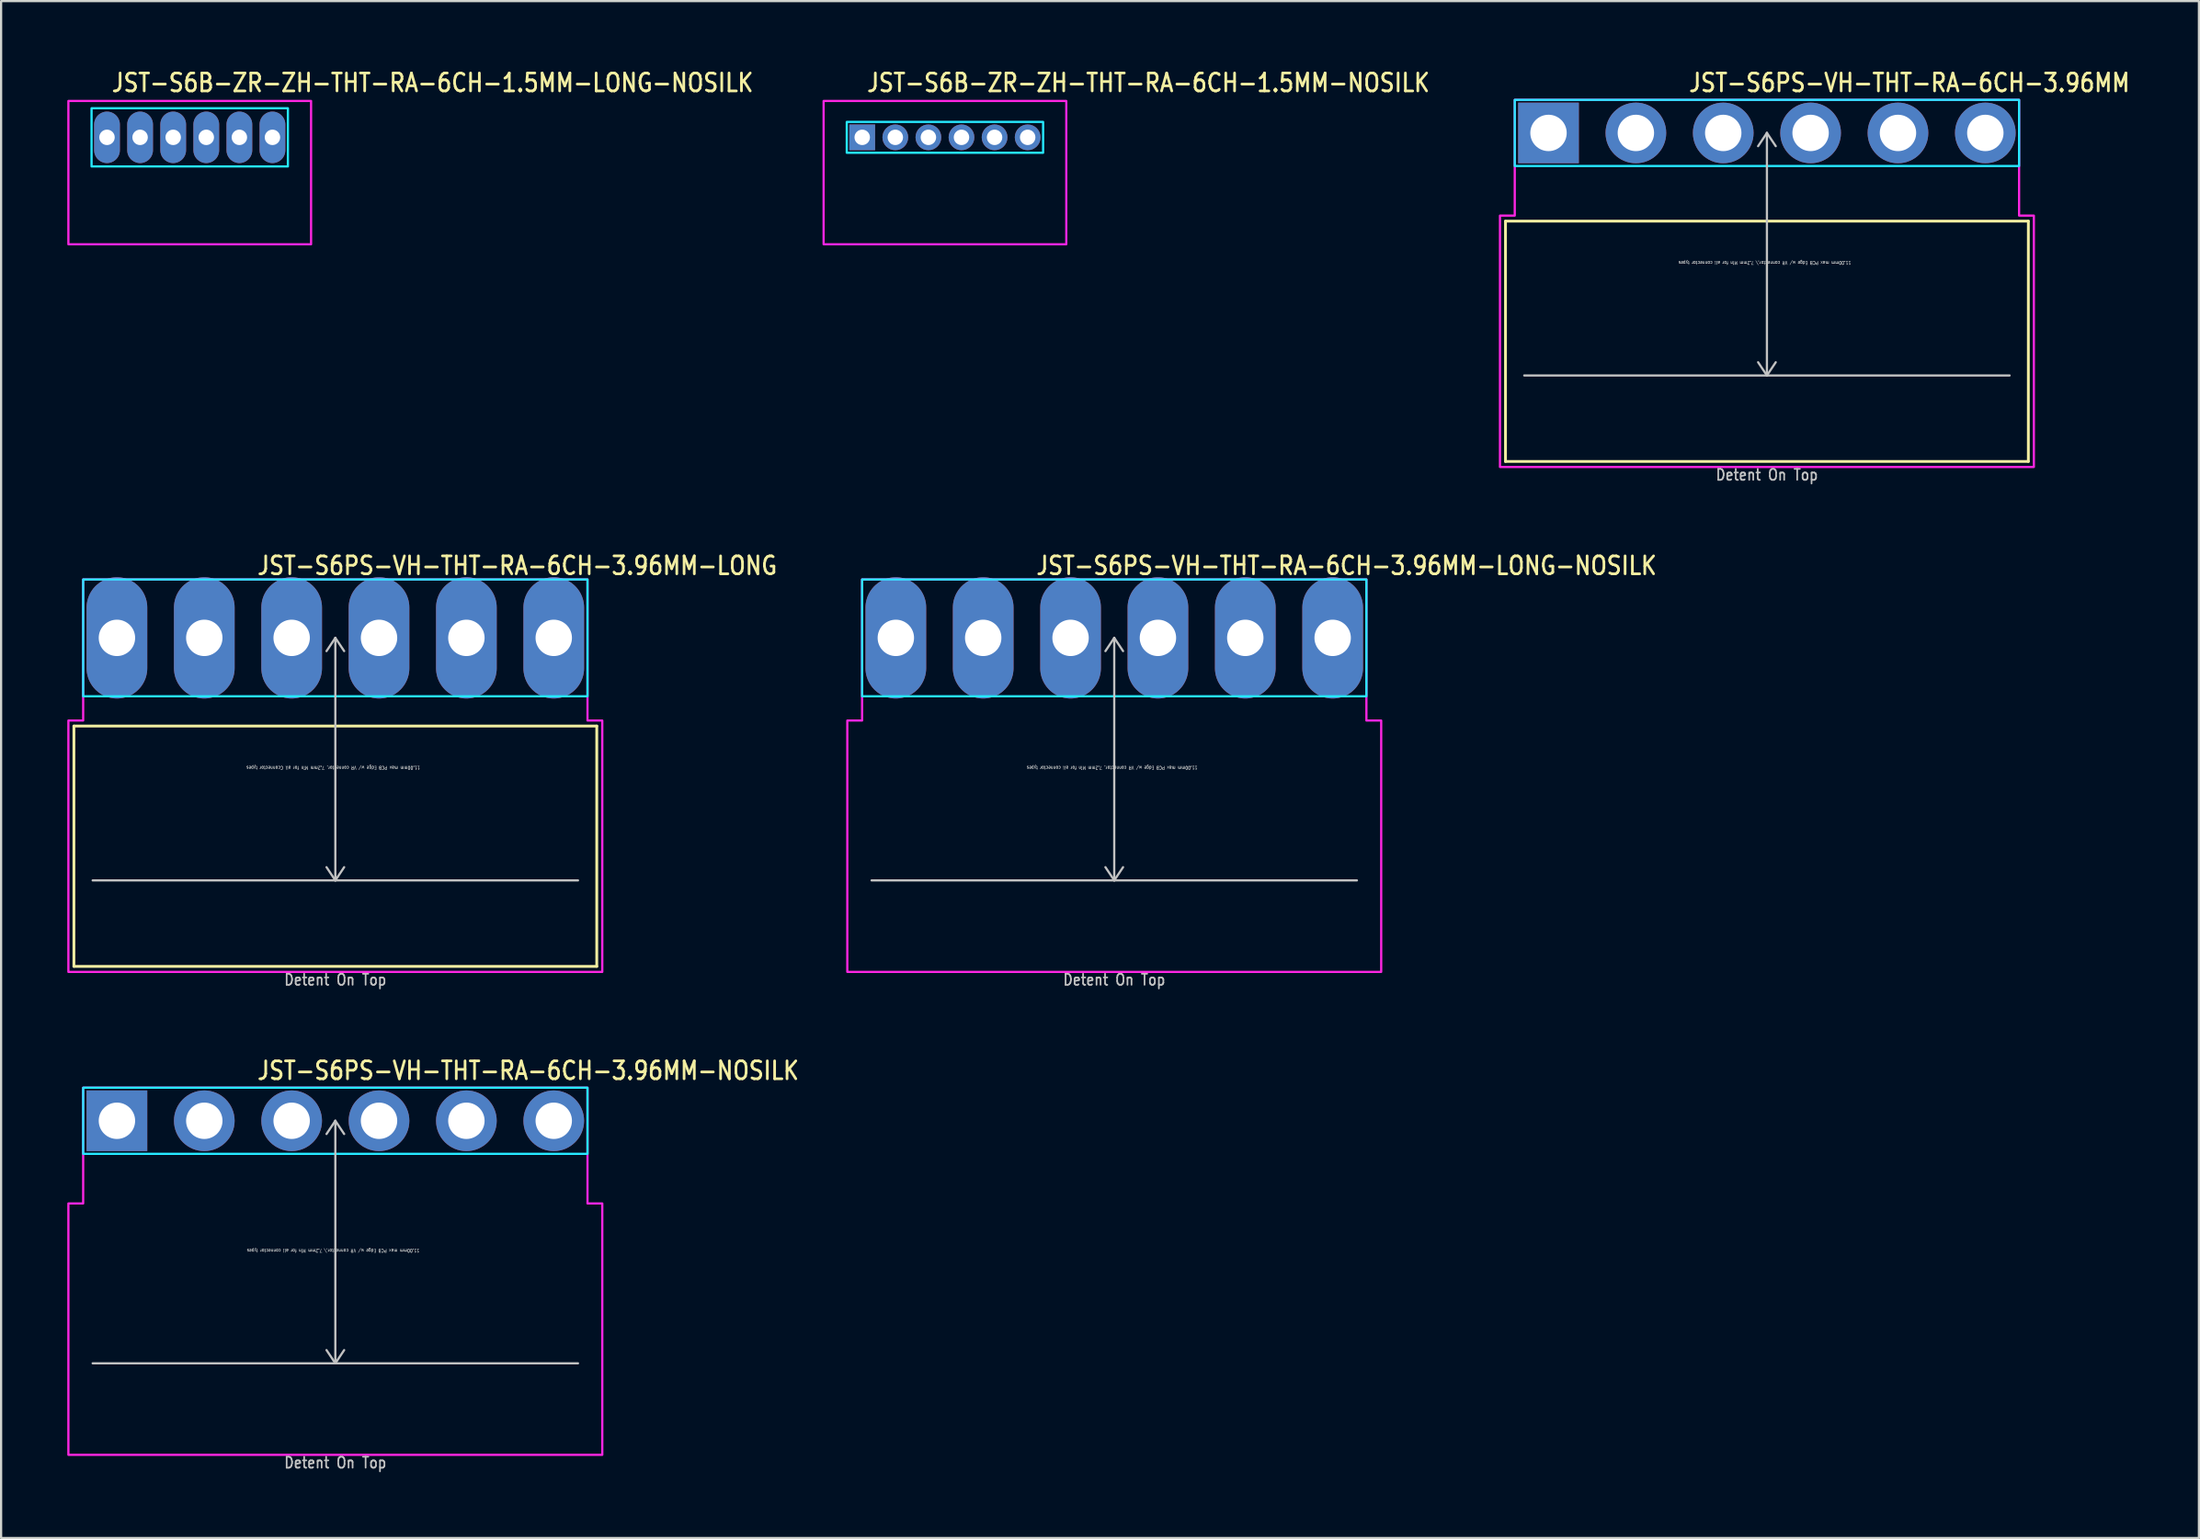
<source format=kicad_pcb>
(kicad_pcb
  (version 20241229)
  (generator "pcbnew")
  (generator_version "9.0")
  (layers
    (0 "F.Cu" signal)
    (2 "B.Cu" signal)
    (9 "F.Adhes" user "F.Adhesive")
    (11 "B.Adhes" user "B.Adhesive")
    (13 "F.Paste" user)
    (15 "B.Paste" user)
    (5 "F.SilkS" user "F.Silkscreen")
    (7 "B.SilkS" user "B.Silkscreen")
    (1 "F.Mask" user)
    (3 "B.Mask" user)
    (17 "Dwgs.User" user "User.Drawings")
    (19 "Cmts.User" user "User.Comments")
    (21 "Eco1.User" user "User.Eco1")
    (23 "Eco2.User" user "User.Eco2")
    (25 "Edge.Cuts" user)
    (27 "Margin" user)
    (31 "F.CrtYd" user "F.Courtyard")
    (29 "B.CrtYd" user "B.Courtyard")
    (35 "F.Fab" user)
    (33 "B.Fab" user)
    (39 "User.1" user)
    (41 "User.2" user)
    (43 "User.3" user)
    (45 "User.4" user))
  (footprint "JST-S6PS-VH-THT-RA-6CH-3.96MM-NOSILK"
    (layer "F.Cu")
    (at 12.15 47.782)
    (property "Reference" "JST-S6PS-VH-THT-RA-6CH-3.96MM-NOSILK" (at -3.6 -1.8 0) (unlocked yes) (layer "F.SilkS") (effects (font (size 0.813 0.695) (thickness 0.122)) (justify left bottom)))
    (fp_line (start -11 11) (end 11 11) (stroke (width 0.1) (type solid)) (layer "Dwgs.User"))
    (fp_line (start 0 0) (end -0.4 0.6) (stroke (width 0.1) (type solid)) (layer "Dwgs.User"))
    (fp_line (start 0 0) (end 0 11) (stroke (width 0.1) (type solid)) (layer "Dwgs.User"))
    (fp_line (start 0 0) (end 0.4 0.6) (stroke (width 0.1) (type solid)) (layer "Dwgs.User"))
    (fp_line (start 0 11) (end -0.4 10.4) (stroke (width 0.1) (type solid)) (layer "Dwgs.User"))
    (fp_line (start 0 11) (end 0.4 10.4) (stroke (width 0.1) (type solid)) (layer "Dwgs.User"))
    (fp_poly (pts (xy -11.43 -1.5) (xy -11.43 1.5) (xy 11.43 1.5) (xy 11.43 -1.5)) (stroke (width 0.1) (type solid)) (fill no) (layer "B.CrtYd"))
    (fp_poly (pts (xy -12.1 3.75) (xy -12.1 15.15) (xy 12.1 15.15) (xy 12.1 3.75) (xy 11.43 3.75) (xy 11.43 -1.5) (xy -11.43 -1.5) (xy -11.43 3.75)) (stroke (width 0.1) (type solid)) (fill no) (layer "F.CrtYd"))
    (fp_text user "Detent On Top" (at 0 15.8 0) (unlocked yes) (layer "Dwgs.User") (effects (font (size 0.5 0.427) (thickness 0.075)) (justify bottom)))
    (fp_text user "11.00mm max PCB Edge w/ VR connector,\\ 7.2mm Min for all connector types" (at -0.1 5.8 180) (unlocked yes) (layer "Dwgs.User") (effects (font (size 0.15 0.128) (thickness 0.022)) (justify bottom)))
    (pad "1" thru_hole rect (at -9.9 0) (size 2.75 2.75) (drill 1.65) (layers "*.Cu" "*.Mask"))
    (pad "2" thru_hole oval (at -5.94 0) (size 2.75 2.75) (drill 1.65) (layers "*.Cu" "*.Mask"))
    (pad "3" thru_hole oval (at -1.98 0) (size 2.75 2.75) (drill 1.65) (layers "*.Cu" "*.Mask"))
    (pad "4" thru_hole oval (at 1.98 0) (size 2.75 2.75) (drill 1.65) (layers "*.Cu" "*.Mask"))
    (pad "5" thru_hole oval (at 5.94 0) (size 2.75 2.75) (drill 1.65) (layers "*.Cu" "*.Mask"))
    (pad "6" thru_hole oval (at 9.9 0) (size 2.75 2.75) (drill 1.65) (layers "*.Cu" "*.Mask")))
  (footprint "JST-S6PS-VH-THT-RA-6CH-3.96MM-LONG"
    (layer "F.Cu")
    (at 12.15 25.88)
    (property "Reference" "JST-S6PS-VH-THT-RA-6CH-3.96MM-LONG" (at -3.6 -2.8 0) (unlocked yes) (layer "F.SilkS") (effects (font (size 0.813 0.695) (thickness 0.122)) (justify left bottom)))
    (fp_line (start -11.85 4) (end 11.85 4) (stroke (width 0.127) (type solid)) (layer "F.SilkS"))
    (fp_line (start -11.85 14.9) (end -11.85 4) (stroke (width 0.127) (type solid)) (layer "F.SilkS"))
    (fp_line (start -11.85 14.9) (end 11.85 14.9) (stroke (width 0.127) (type solid)) (layer "F.SilkS"))
    (fp_line (start 11.85 4) (end 11.85 14.9) (stroke (width 0.127) (type solid)) (layer "F.SilkS"))
    (fp_line (start -11 11) (end 11 11) (stroke (width 0.1) (type solid)) (layer "Dwgs.User"))
    (fp_line (start 0 0) (end -0.4 0.6) (stroke (width 0.1) (type solid)) (layer "Dwgs.User"))
    (fp_line (start 0 0) (end 0 11) (stroke (width 0.1) (type solid)) (layer "Dwgs.User"))
    (fp_line (start 0 0) (end 0.4 0.6) (stroke (width 0.1) (type solid)) (layer "Dwgs.User"))
    (fp_line (start 0 11) (end -0.4 10.4) (stroke (width 0.1) (type solid)) (layer "Dwgs.User"))
    (fp_line (start 0 11) (end 0.4 10.4) (stroke (width 0.1) (type solid)) (layer "Dwgs.User"))
    (fp_poly (pts (xy -11.43 -2.65) (xy -11.43 2.65) (xy 11.43 2.65) (xy 11.43 -2.65)) (stroke (width 0.1) (type solid)) (fill no) (layer "B.CrtYd"))
    (fp_poly (pts (xy -12.1 3.75) (xy -12.1 15.15) (xy 12.1 15.15) (xy 12.1 3.75) (xy 11.43 3.75) (xy 11.43 -2.65) (xy -11.43 -2.65) (xy -11.43 3.75)) (stroke (width 0.1) (type solid)) (fill no) (layer "F.CrtYd"))
    (fp_text user "Detent On Top" (at 0 15.8 0) (unlocked yes) (layer "Dwgs.User") (effects (font (size 0.5 0.427) (thickness 0.075)) (justify bottom)))
    (fp_text user "11.00mm max PCB Edge w/ VR connector, 7.2mm Min for all Cconnector types" (at -0.1 5.8 180) (unlocked yes) (layer "Dwgs.User") (effects (font (size 0.15 0.128) (thickness 0.022)) (justify bottom)))
    (pad "1" thru_hole oval (at -9.9 0 90) (size 5.5 2.75) (drill 1.65) (layers "*.Cu" "*.Mask"))
    (pad "2" thru_hole oval (at -5.94 0 90) (size 5.5 2.75) (drill 1.65) (layers "*.Cu" "*.Mask"))
    (pad "3" thru_hole oval (at -1.98 0 90) (size 5.5 2.75) (drill 1.65) (layers "*.Cu" "*.Mask"))
    (pad "4" thru_hole oval (at 1.98 0 90) (size 5.5 2.75) (drill 1.65) (layers "*.Cu" "*.Mask"))
    (pad "5" thru_hole oval (at 5.94 0 90) (size 5.5 2.75) (drill 1.65) (layers "*.Cu" "*.Mask"))
    (pad "6" thru_hole oval (at 9.9 0 90) (size 5.5 2.75) (drill 1.65) (layers "*.Cu" "*.Mask")))
  (footprint "JST-S6B-ZR-ZH-THT-RA-6CH-1.5MM-NOSILK"
    (layer "F.Cu")
    (at 39.782 3.179)
    (property "Reference" "JST-S6B-ZR-ZH-THT-RA-6CH-1.5MM-NOSILK" (at -3.6 -2 0) (unlocked yes) (layer "F.SilkS") (effects (font (size 0.813 0.695) (thickness 0.122)) (justify left bottom)))
    (fp_poly (pts (xy -4.45 -0.7) (xy -4.45 0.7) (xy 4.45 0.7) (xy 4.45 -0.7)) (stroke (width 0.1) (type solid)) (fill no) (layer "B.CrtYd"))
    (fp_poly (pts (xy -5.5 -1.65) (xy -5.5 4.85) (xy 5.5 4.85) (xy 5.5 -1.65)) (stroke (width 0.1) (type solid)) (fill no) (layer "F.CrtYd"))
    (pad "1" thru_hole rect (at -3.75 0) (size 1.167 1.167) (drill 0.7) (layers "*.Cu" "*.Mask"))
    (pad "2" thru_hole oval (at -2.25 0) (size 1.167 1.167) (drill 0.7) (layers "*.Cu" "*.Mask"))
    (pad "3" thru_hole oval (at -0.75 0) (size 1.167 1.167) (drill 0.7) (layers "*.Cu" "*.Mask"))
    (pad "4" thru_hole oval (at 0.75 0) (size 1.167 1.167) (drill 0.7) (layers "*.Cu" "*.Mask"))
    (pad "5" thru_hole oval (at 2.25 0) (size 1.167 1.167) (drill 0.7) (layers "*.Cu" "*.Mask"))
    (pad "6" thru_hole oval (at 3.75 0) (size 1.167 1.167) (drill 0.7) (layers "*.Cu" "*.Mask")))
  (footprint "JST-S6B-ZR-ZH-THT-RA-6CH-1.5MM-LONG-NOSILK"
    (layer "F.Cu")
    (at 5.55 3.179)
    (property "Reference" "JST-S6B-ZR-ZH-THT-RA-6CH-1.5MM-LONG-NOSILK" (at -3.6 -2 0) (unlocked yes) (layer "F.SilkS") (effects (font (size 0.813 0.695) (thickness 0.122)) (justify left bottom)))
    (fp_poly (pts (xy -4.45 -1.32) (xy -4.45 1.32) (xy 4.45 1.32) (xy 4.45 -1.32)) (stroke (width 0.1) (type solid)) (fill no) (layer "B.CrtYd"))
    (fp_poly (pts (xy -5.5 -1.65) (xy -5.5 4.85) (xy 5.5 4.85) (xy 5.5 -1.65)) (stroke (width 0.1) (type solid)) (fill no) (layer "F.CrtYd"))
    (pad "1" thru_hole oval (at -3.75 0 90) (size 2.333 1.167) (drill 0.7) (layers "*.Cu" "*.Mask"))
    (pad "2" thru_hole oval (at -2.25 0 90) (size 2.333 1.167) (drill 0.7) (layers "*.Cu" "*.Mask"))
    (pad "3" thru_hole oval (at -0.75 0 90) (size 2.333 1.167) (drill 0.7) (layers "*.Cu" "*.Mask"))
    (pad "4" thru_hole oval (at 0.75 0 90) (size 2.333 1.167) (drill 0.7) (layers "*.Cu" "*.Mask"))
    (pad "5" thru_hole oval (at 2.25 0 90) (size 2.333 1.167) (drill 0.7) (layers "*.Cu" "*.Mask"))
    (pad "6" thru_hole oval (at 3.75 0 90) (size 2.333 1.167) (drill 0.7) (layers "*.Cu" "*.Mask")))
  (footprint "JST-S6PS-VH-THT-RA-6CH-3.96MM-LONG-NOSILK"
    (layer "F.Cu")
    (at 47.456 25.88)
    (property "Reference" "JST-S6PS-VH-THT-RA-6CH-3.96MM-LONG-NOSILK" (at -3.6 -2.8 0) (unlocked yes) (layer "F.SilkS") (effects (font (size 0.813 0.695) (thickness 0.122)) (justify left bottom)))
    (fp_line (start -11 11) (end 11 11) (stroke (width 0.1) (type solid)) (layer "Dwgs.User"))
    (fp_line (start 0 0) (end -0.4 0.6) (stroke (width 0.1) (type solid)) (layer "Dwgs.User"))
    (fp_line (start 0 0) (end 0 11) (stroke (width 0.1) (type solid)) (layer "Dwgs.User"))
    (fp_line (start 0 0) (end 0.4 0.6) (stroke (width 0.1) (type solid)) (layer "Dwgs.User"))
    (fp_line (start 0 11) (end -0.4 10.4) (stroke (width 0.1) (type solid)) (layer "Dwgs.User"))
    (fp_line (start 0 11) (end 0.4 10.4) (stroke (width 0.1) (type solid)) (layer "Dwgs.User"))
    (fp_poly (pts (xy -11.43 -2.65) (xy -11.43 2.65) (xy 11.43 2.65) (xy 11.43 -2.65)) (stroke (width 0.1) (type solid)) (fill no) (layer "B.CrtYd"))
    (fp_poly (pts (xy -12.1 3.75) (xy -12.1 15.15) (xy 12.1 15.15) (xy 12.1 3.75) (xy 11.43 3.75) (xy 11.43 -2.65) (xy -11.43 -2.65) (xy -11.43 3.75)) (stroke (width 0.1) (type solid)) (fill no) (layer "F.CrtYd"))
    (fp_text user "Detent On Top" (at 0 15.8 0) (unlocked yes) (layer "Dwgs.User") (effects (font (size 0.5 0.427) (thickness 0.075)) (justify bottom)))
    (fp_text user "11.00mm max PCB Edge w/ VR connector, 7.2mm Min for all connector types" (at -0.1 5.8 180) (unlocked yes) (layer "Dwgs.User") (effects (font (size 0.15 0.128) (thickness 0.022)) (justify bottom)))
    (pad "1" thru_hole oval (at -9.9 0 90) (size 5.5 2.75) (drill 1.65) (layers "*.Cu" "*.Mask"))
    (pad "2" thru_hole oval (at -5.94 0 90) (size 5.5 2.75) (drill 1.65) (layers "*.Cu" "*.Mask"))
    (pad "3" thru_hole oval (at -1.98 0 90) (size 5.5 2.75) (drill 1.65) (layers "*.Cu" "*.Mask"))
    (pad "4" thru_hole oval (at 1.98 0 90) (size 5.5 2.75) (drill 1.65) (layers "*.Cu" "*.Mask"))
    (pad "5" thru_hole oval (at 5.94 0 90) (size 5.5 2.75) (drill 1.65) (layers "*.Cu" "*.Mask"))
    (pad "6" thru_hole oval (at 9.9 0 90) (size 5.5 2.75) (drill 1.65) (layers "*.Cu" "*.Mask")))
  (footprint "JST-S6PS-VH-THT-RA-6CH-3.96MM"
    (layer "F.Cu")
    (at 77.04 2.979)
    (property "Reference" "JST-S6PS-VH-THT-RA-6CH-3.96MM" (at -3.6 -1.8 0) (unlocked yes) (layer "F.SilkS") (effects (font (size 0.813 0.695) (thickness 0.122)) (justify left bottom)))
    (fp_line (start -11.85 4) (end 11.85 4) (stroke (width 0.127) (type solid)) (layer "F.SilkS"))
    (fp_line (start -11.85 14.9) (end -11.85 4) (stroke (width 0.127) (type solid)) (layer "F.SilkS"))
    (fp_line (start -11.85 14.9) (end 11.85 14.9) (stroke (width 0.127) (type solid)) (layer "F.SilkS"))
    (fp_line (start 11.85 4) (end 11.85 14.9) (stroke (width 0.127) (type solid)) (layer "F.SilkS"))
    (fp_line (start -11 11) (end 11 11) (stroke (width 0.1) (type solid)) (layer "Dwgs.User"))
    (fp_line (start 0 0) (end -0.4 0.6) (stroke (width 0.1) (type solid)) (layer "Dwgs.User"))
    (fp_line (start 0 0) (end 0 11) (stroke (width 0.1) (type solid)) (layer "Dwgs.User"))
    (fp_line (start 0 0) (end 0.4 0.6) (stroke (width 0.1) (type solid)) (layer "Dwgs.User"))
    (fp_line (start 0 11) (end -0.4 10.4) (stroke (width 0.1) (type solid)) (layer "Dwgs.User"))
    (fp_line (start 0 11) (end 0.4 10.4) (stroke (width 0.1) (type solid)) (layer "Dwgs.User"))
    (fp_poly (pts (xy -11.43 -1.5) (xy -11.43 1.5) (xy 11.43 1.5) (xy 11.43 -1.5)) (stroke (width 0.1) (type solid)) (fill no) (layer "B.CrtYd"))
    (fp_poly (pts (xy -12.1 3.75) (xy -12.1 15.15) (xy 12.1 15.15) (xy 12.1 3.75) (xy 11.43 3.75) (xy 11.43 -1.5) (xy -11.43 -1.5) (xy -11.43 3.75)) (stroke (width 0.1) (type solid)) (fill no) (layer "F.CrtYd"))
    (fp_text user "11.00mm max PCB Edge w/ VR connector,\\ 7.2mm Min for all connector types" (at -0.1 5.8 180) (unlocked yes) (layer "Dwgs.User") (effects (font (size 0.15 0.128) (thickness 0.022)) (justify bottom)))
    (fp_text user "Detent On Top" (at 0 15.8 0) (unlocked yes) (layer "Dwgs.User") (effects (font (size 0.5 0.427) (thickness 0.075)) (justify bottom)))
    (pad "1" thru_hole rect (at -9.9 0) (size 2.75 2.75) (drill 1.65) (layers "*.Cu" "*.Mask"))
    (pad "2" thru_hole oval (at -5.94 0) (size 2.75 2.75) (drill 1.65) (layers "*.Cu" "*.Mask"))
    (pad "3" thru_hole oval (at -1.98 0) (size 2.75 2.75) (drill 1.65) (layers "*.Cu" "*.Mask"))
    (pad "4" thru_hole oval (at 1.98 0) (size 2.75 2.75) (drill 1.65) (layers "*.Cu" "*.Mask"))
    (pad "5" thru_hole oval (at 5.94 0) (size 2.75 2.75) (drill 1.65) (layers "*.Cu" "*.Mask"))
    (pad "6" thru_hole oval (at 9.9 0) (size 2.75 2.75) (drill 1.65) (layers "*.Cu" "*.Mask")))
  (gr_rect
    (start -3 -3)
    (end 96.622 66.705)
    (stroke (width 0.1) (type default))
    (fill no)
    (layer "Edge.Cuts")))
</source>
